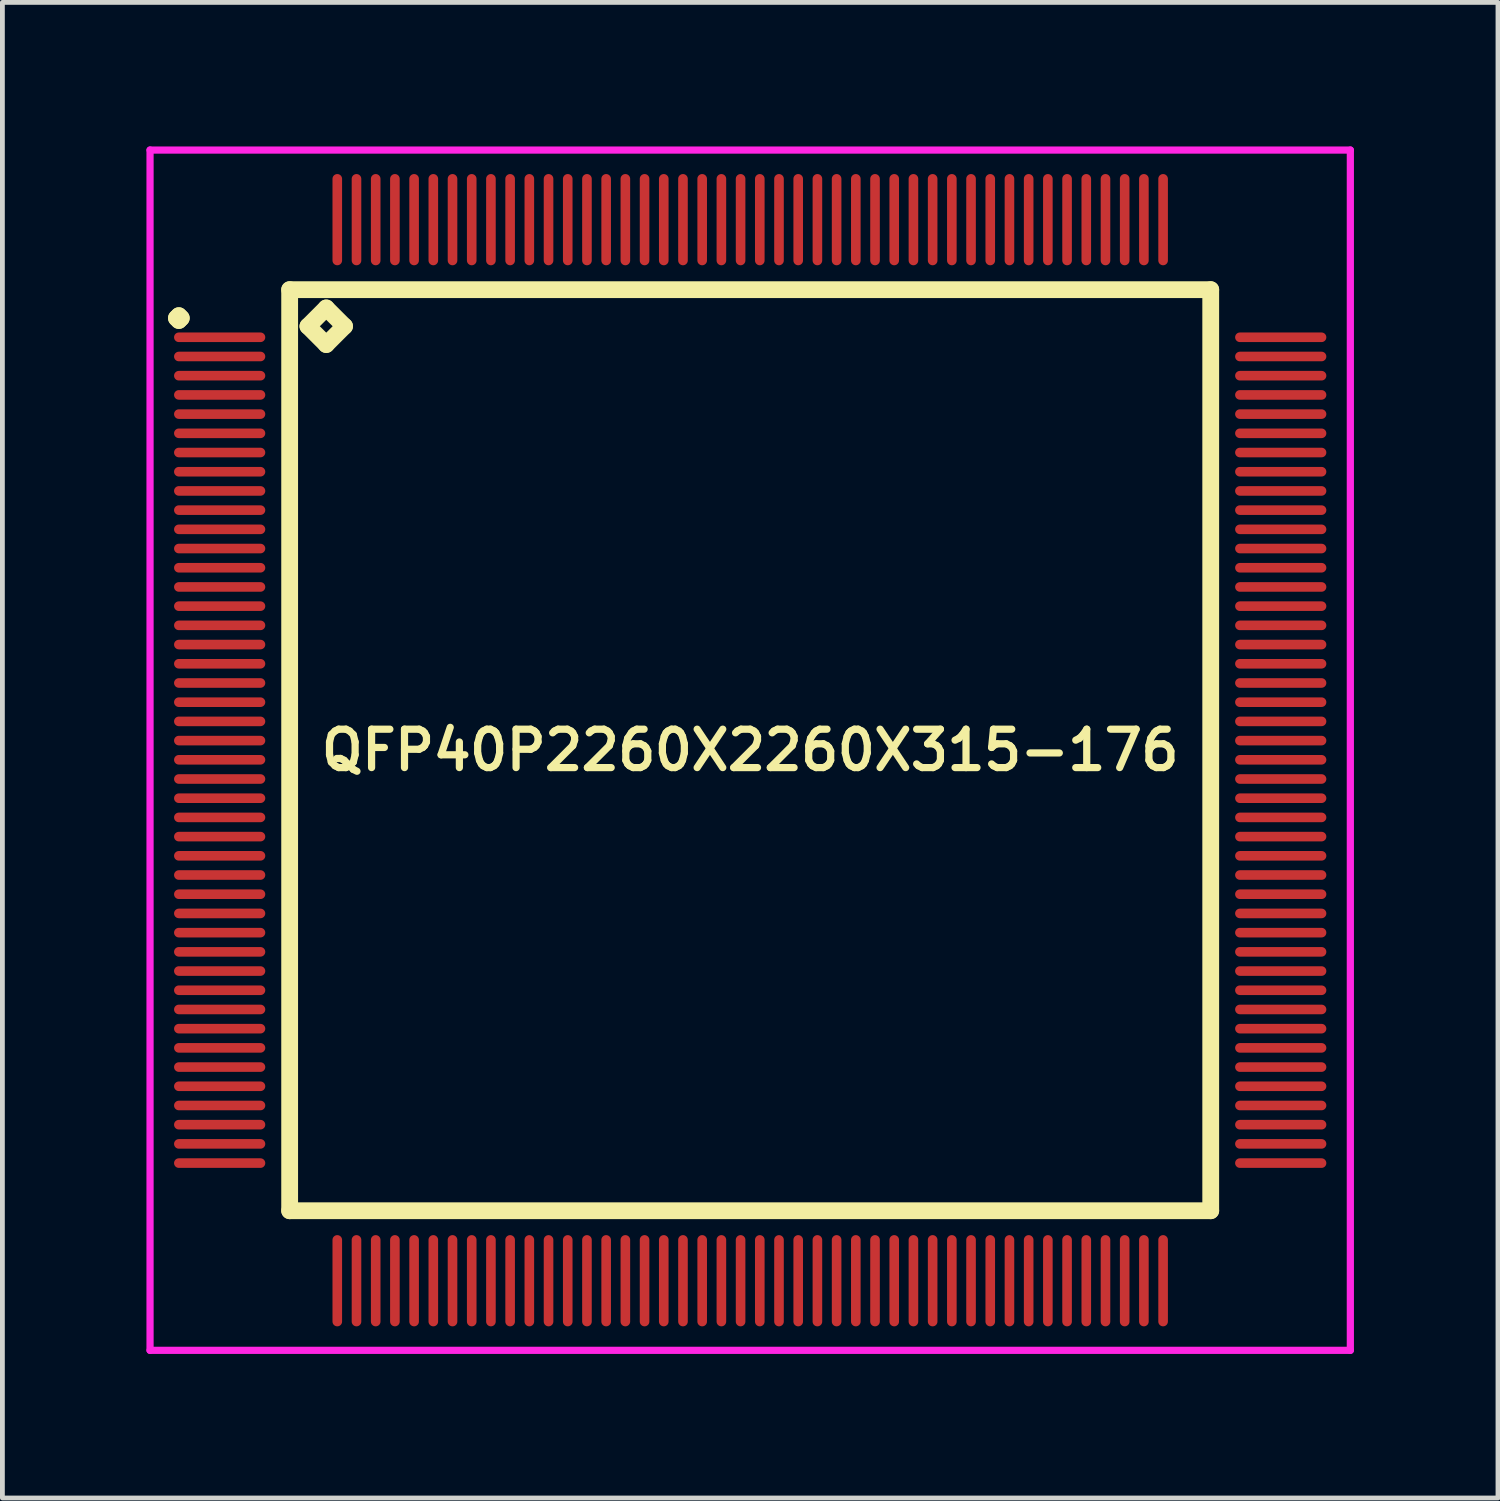
<source format=kicad_pcb>
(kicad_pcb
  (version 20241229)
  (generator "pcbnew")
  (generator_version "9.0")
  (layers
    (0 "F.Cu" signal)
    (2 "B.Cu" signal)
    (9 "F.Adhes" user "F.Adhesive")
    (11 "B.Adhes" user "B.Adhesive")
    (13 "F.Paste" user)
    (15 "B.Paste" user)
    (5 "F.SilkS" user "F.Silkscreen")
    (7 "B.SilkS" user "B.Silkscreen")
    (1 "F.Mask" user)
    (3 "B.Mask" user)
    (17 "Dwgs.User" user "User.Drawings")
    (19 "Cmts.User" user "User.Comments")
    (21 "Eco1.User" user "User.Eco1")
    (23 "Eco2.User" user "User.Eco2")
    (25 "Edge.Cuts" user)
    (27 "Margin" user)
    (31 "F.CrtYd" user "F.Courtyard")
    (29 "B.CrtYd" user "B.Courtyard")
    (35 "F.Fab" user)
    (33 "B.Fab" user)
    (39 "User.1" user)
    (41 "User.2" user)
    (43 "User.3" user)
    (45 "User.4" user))
  (footprint "QFP40P2260X2260X315-176"
    (layer "F.Cu")
    (at 12.575 12.575)
    (property "Reference" "QFP40P2260X2260X315-176" (at 0 0 0) (layer "F.SilkS") (effects (font (size 0.8 0.8) (thickness 0.15))))
    (attr through_hole)
    (fp_line (start -11.95 -9) (end -11.9 -9.05) (stroke (width 0.35) (type solid)) (layer "F.SilkS"))
    (fp_line (start -11.9 -9.05) (end -11.85 -9) (stroke (width 0.35) (type solid)) (layer "F.SilkS"))
    (fp_line (start -11.9 -8.95) (end -11.95 -9) (stroke (width 0.35) (type solid)) (layer "F.SilkS"))
    (fp_line (start -11.85 -9) (end -11.9 -8.95) (stroke (width 0.35) (type solid)) (layer "F.SilkS"))
    (fp_line (start -9.592 -9.592) (end -9.592 9.592) (stroke (width 0.35) (type solid)) (layer "F.SilkS"))
    (fp_line (start -9.592 9.592) (end 9.592 9.592) (stroke (width 0.35) (type solid)) (layer "F.SilkS"))
    (fp_line (start -9.211 -8.83) (end -8.83 -9.211) (stroke (width 0.35) (type solid)) (layer "F.SilkS"))
    (fp_line (start -8.83 -9.211) (end -8.449 -8.83) (stroke (width 0.35) (type solid)) (layer "F.SilkS"))
    (fp_line (start -8.83 -8.449) (end -9.211 -8.83) (stroke (width 0.35) (type solid)) (layer "F.SilkS"))
    (fp_line (start -8.449 -8.83) (end -8.83 -8.449) (stroke (width 0.35) (type solid)) (layer "F.SilkS"))
    (fp_line (start 9.592 -9.592) (end -9.592 -9.592) (stroke (width 0.35) (type solid)) (layer "F.SilkS"))
    (fp_line (start 9.592 9.592) (end 9.592 -9.592) (stroke (width 0.35) (type solid)) (layer "F.SilkS"))
    (fp_line (start -12.5 -12.5) (end 12.5 -12.5) (stroke (width 0.15) (type solid)) (layer "F.CrtYd"))
    (fp_line (start -12.5 12.5) (end -12.5 -12.5) (stroke (width 0.15) (type solid)) (layer "F.CrtYd"))
    (fp_line (start 12.5 -12.5) (end 12.5 12.5) (stroke (width 0.15) (type solid)) (layer "F.CrtYd"))
    (fp_line (start 12.5 12.5) (end -12.5 12.5) (stroke (width 0.15) (type solid)) (layer "F.CrtYd"))
    (pad "1" smd oval (at -11.05 -8.6) (size 1.9 0.2) (layers "F.Cu" "F.Mask" "F.Paste"))
    (pad "2" smd oval (at -11.05 -8.2) (size 1.9 0.2) (layers "F.Cu" "F.Mask" "F.Paste"))
    (pad "3" smd oval (at -11.05 -7.8) (size 1.9 0.2) (layers "F.Cu" "F.Mask" "F.Paste"))
    (pad "4" smd oval (at -11.05 -7.4) (size 1.9 0.2) (layers "F.Cu" "F.Mask" "F.Paste"))
    (pad "5" smd oval (at -11.05 -7) (size 1.9 0.2) (layers "F.Cu" "F.Mask" "F.Paste"))
    (pad "6" smd oval (at -11.05 -6.6) (size 1.9 0.2) (layers "F.Cu" "F.Mask" "F.Paste"))
    (pad "7" smd oval (at -11.05 -6.2) (size 1.9 0.2) (layers "F.Cu" "F.Mask" "F.Paste"))
    (pad "8" smd oval (at -11.05 -5.8) (size 1.9 0.2) (layers "F.Cu" "F.Mask" "F.Paste"))
    (pad "9" smd oval (at -11.05 -5.4) (size 1.9 0.2) (layers "F.Cu" "F.Mask" "F.Paste"))
    (pad "10" smd oval (at -11.05 -5) (size 1.9 0.2) (layers "F.Cu" "F.Mask" "F.Paste"))
    (pad "11" smd oval (at -11.05 -4.6) (size 1.9 0.2) (layers "F.Cu" "F.Mask" "F.Paste"))
    (pad "12" smd oval (at -11.05 -4.2) (size 1.9 0.2) (layers "F.Cu" "F.Mask" "F.Paste"))
    (pad "13" smd oval (at -11.05 -3.8) (size 1.9 0.2) (layers "F.Cu" "F.Mask" "F.Paste"))
    (pad "14" smd oval (at -11.05 -3.4) (size 1.9 0.2) (layers "F.Cu" "F.Mask" "F.Paste"))
    (pad "15" smd oval (at -11.05 -3) (size 1.9 0.2) (layers "F.Cu" "F.Mask" "F.Paste"))
    (pad "16" smd oval (at -11.05 -2.6) (size 1.9 0.2) (layers "F.Cu" "F.Mask" "F.Paste"))
    (pad "17" smd oval (at -11.05 -2.2) (size 1.9 0.2) (layers "F.Cu" "F.Mask" "F.Paste"))
    (pad "18" smd oval (at -11.05 -1.8) (size 1.9 0.2) (layers "F.Cu" "F.Mask" "F.Paste"))
    (pad "19" smd oval (at -11.05 -1.4) (size 1.9 0.2) (layers "F.Cu" "F.Mask" "F.Paste"))
    (pad "20" smd oval (at -11.05 -1) (size 1.9 0.2) (layers "F.Cu" "F.Mask" "F.Paste"))
    (pad "21" smd oval (at -11.05 -0.6) (size 1.9 0.2) (layers "F.Cu" "F.Mask" "F.Paste"))
    (pad "22" smd oval (at -11.05 -0.2) (size 1.9 0.2) (layers "F.Cu" "F.Mask" "F.Paste"))
    (pad "23" smd oval (at -11.05 0.2) (size 1.9 0.2) (layers "F.Cu" "F.Mask" "F.Paste"))
    (pad "24" smd oval (at -11.05 0.6) (size 1.9 0.2) (layers "F.Cu" "F.Mask" "F.Paste"))
    (pad "25" smd oval (at -11.05 1) (size 1.9 0.2) (layers "F.Cu" "F.Mask" "F.Paste"))
    (pad "26" smd oval (at -11.05 1.4) (size 1.9 0.2) (layers "F.Cu" "F.Mask" "F.Paste"))
    (pad "27" smd oval (at -11.05 1.8) (size 1.9 0.2) (layers "F.Cu" "F.Mask" "F.Paste"))
    (pad "28" smd oval (at -11.05 2.2) (size 1.9 0.2) (layers "F.Cu" "F.Mask" "F.Paste"))
    (pad "29" smd oval (at -11.05 2.6) (size 1.9 0.2) (layers "F.Cu" "F.Mask" "F.Paste"))
    (pad "30" smd oval (at -11.05 3) (size 1.9 0.2) (layers "F.Cu" "F.Mask" "F.Paste"))
    (pad "31" smd oval (at -11.05 3.4) (size 1.9 0.2) (layers "F.Cu" "F.Mask" "F.Paste"))
    (pad "32" smd oval (at -11.05 3.8) (size 1.9 0.2) (layers "F.Cu" "F.Mask" "F.Paste"))
    (pad "33" smd oval (at -11.05 4.2) (size 1.9 0.2) (layers "F.Cu" "F.Mask" "F.Paste"))
    (pad "34" smd oval (at -11.05 4.6) (size 1.9 0.2) (layers "F.Cu" "F.Mask" "F.Paste"))
    (pad "35" smd oval (at -11.05 5) (size 1.9 0.2) (layers "F.Cu" "F.Mask" "F.Paste"))
    (pad "36" smd oval (at -11.05 5.4) (size 1.9 0.2) (layers "F.Cu" "F.Mask" "F.Paste"))
    (pad "37" smd oval (at -11.05 5.8) (size 1.9 0.2) (layers "F.Cu" "F.Mask" "F.Paste"))
    (pad "38" smd oval (at -11.05 6.2) (size 1.9 0.2) (layers "F.Cu" "F.Mask" "F.Paste"))
    (pad "39" smd oval (at -11.05 6.6) (size 1.9 0.2) (layers "F.Cu" "F.Mask" "F.Paste"))
    (pad "40" smd oval (at -11.05 7) (size 1.9 0.2) (layers "F.Cu" "F.Mask" "F.Paste"))
    (pad "41" smd oval (at -11.05 7.4) (size 1.9 0.2) (layers "F.Cu" "F.Mask" "F.Paste"))
    (pad "42" smd oval (at -11.05 7.8) (size 1.9 0.2) (layers "F.Cu" "F.Mask" "F.Paste"))
    (pad "43" smd oval (at -11.05 8.2) (size 1.9 0.2) (layers "F.Cu" "F.Mask" "F.Paste"))
    (pad "44" smd oval (at -11.05 8.6) (size 1.9 0.2) (layers "F.Cu" "F.Mask" "F.Paste"))
    (pad "45" smd oval (at -8.6 11.05) (size 0.2 1.9) (layers "F.Cu" "F.Mask" "F.Paste"))
    (pad "46" smd oval (at -8.2 11.05) (size 0.2 1.9) (layers "F.Cu" "F.Mask" "F.Paste"))
    (pad "47" smd oval (at -7.8 11.05) (size 0.2 1.9) (layers "F.Cu" "F.Mask" "F.Paste"))
    (pad "48" smd oval (at -7.4 11.05) (size 0.2 1.9) (layers "F.Cu" "F.Mask" "F.Paste"))
    (pad "49" smd oval (at -7 11.05) (size 0.2 1.9) (layers "F.Cu" "F.Mask" "F.Paste"))
    (pad "50" smd oval (at -6.6 11.05) (size 0.2 1.9) (layers "F.Cu" "F.Mask" "F.Paste"))
    (pad "51" smd oval (at -6.2 11.05) (size 0.2 1.9) (layers "F.Cu" "F.Mask" "F.Paste"))
    (pad "52" smd oval (at -5.8 11.05) (size 0.2 1.9) (layers "F.Cu" "F.Mask" "F.Paste"))
    (pad "53" smd oval (at -5.4 11.05) (size 0.2 1.9) (layers "F.Cu" "F.Mask" "F.Paste"))
    (pad "54" smd oval (at -5 11.05) (size 0.2 1.9) (layers "F.Cu" "F.Mask" "F.Paste"))
    (pad "55" smd oval (at -4.6 11.05) (size 0.2 1.9) (layers "F.Cu" "F.Mask" "F.Paste"))
    (pad "56" smd oval (at -4.2 11.05) (size 0.2 1.9) (layers "F.Cu" "F.Mask" "F.Paste"))
    (pad "57" smd oval (at -3.8 11.05) (size 0.2 1.9) (layers "F.Cu" "F.Mask" "F.Paste"))
    (pad "58" smd oval (at -3.4 11.05) (size 0.2 1.9) (layers "F.Cu" "F.Mask" "F.Paste"))
    (pad "59" smd oval (at -3 11.05) (size 0.2 1.9) (layers "F.Cu" "F.Mask" "F.Paste"))
    (pad "60" smd oval (at -2.6 11.05) (size 0.2 1.9) (layers "F.Cu" "F.Mask" "F.Paste"))
    (pad "61" smd oval (at -2.2 11.05) (size 0.2 1.9) (layers "F.Cu" "F.Mask" "F.Paste"))
    (pad "62" smd oval (at -1.8 11.05) (size 0.2 1.9) (layers "F.Cu" "F.Mask" "F.Paste"))
    (pad "63" smd oval (at -1.4 11.05) (size 0.2 1.9) (layers "F.Cu" "F.Mask" "F.Paste"))
    (pad "64" smd oval (at -1 11.05) (size 0.2 1.9) (layers "F.Cu" "F.Mask" "F.Paste"))
    (pad "65" smd oval (at -0.6 11.05) (size 0.2 1.9) (layers "F.Cu" "F.Mask" "F.Paste"))
    (pad "66" smd oval (at -0.2 11.05) (size 0.2 1.9) (layers "F.Cu" "F.Mask" "F.Paste"))
    (pad "67" smd oval (at 0.2 11.05) (size 0.2 1.9) (layers "F.Cu" "F.Mask" "F.Paste"))
    (pad "68" smd oval (at 0.6 11.05) (size 0.2 1.9) (layers "F.Cu" "F.Mask" "F.Paste"))
    (pad "69" smd oval (at 1 11.05) (size 0.2 1.9) (layers "F.Cu" "F.Mask" "F.Paste"))
    (pad "70" smd oval (at 1.4 11.05) (size 0.2 1.9) (layers "F.Cu" "F.Mask" "F.Paste"))
    (pad "71" smd oval (at 1.8 11.05) (size 0.2 1.9) (layers "F.Cu" "F.Mask" "F.Paste"))
    (pad "72" smd oval (at 2.2 11.05) (size 0.2 1.9) (layers "F.Cu" "F.Mask" "F.Paste"))
    (pad "73" smd oval (at 2.6 11.05) (size 0.2 1.9) (layers "F.Cu" "F.Mask" "F.Paste"))
    (pad "74" smd oval (at 3 11.05) (size 0.2 1.9) (layers "F.Cu" "F.Mask" "F.Paste"))
    (pad "75" smd oval (at 3.4 11.05) (size 0.2 1.9) (layers "F.Cu" "F.Mask" "F.Paste"))
    (pad "76" smd oval (at 3.8 11.05) (size 0.2 1.9) (layers "F.Cu" "F.Mask" "F.Paste"))
    (pad "77" smd oval (at 4.2 11.05) (size 0.2 1.9) (layers "F.Cu" "F.Mask" "F.Paste"))
    (pad "78" smd oval (at 4.6 11.05) (size 0.2 1.9) (layers "F.Cu" "F.Mask" "F.Paste"))
    (pad "79" smd oval (at 5 11.05) (size 0.2 1.9) (layers "F.Cu" "F.Mask" "F.Paste"))
    (pad "80" smd oval (at 5.4 11.05) (size 0.2 1.9) (layers "F.Cu" "F.Mask" "F.Paste"))
    (pad "81" smd oval (at 5.8 11.05) (size 0.2 1.9) (layers "F.Cu" "F.Mask" "F.Paste"))
    (pad "82" smd oval (at 6.2 11.05) (size 0.2 1.9) (layers "F.Cu" "F.Mask" "F.Paste"))
    (pad "83" smd oval (at 6.6 11.05) (size 0.2 1.9) (layers "F.Cu" "F.Mask" "F.Paste"))
    (pad "84" smd oval (at 7 11.05) (size 0.2 1.9) (layers "F.Cu" "F.Mask" "F.Paste"))
    (pad "85" smd oval (at 7.4 11.05) (size 0.2 1.9) (layers "F.Cu" "F.Mask" "F.Paste"))
    (pad "86" smd oval (at 7.8 11.05) (size 0.2 1.9) (layers "F.Cu" "F.Mask" "F.Paste"))
    (pad "87" smd oval (at 8.2 11.05) (size 0.2 1.9) (layers "F.Cu" "F.Mask" "F.Paste"))
    (pad "88" smd oval (at 8.6 11.05) (size 0.2 1.9) (layers "F.Cu" "F.Mask" "F.Paste"))
    (pad "89" smd oval (at 11.05 8.6) (size 1.9 0.2) (layers "F.Cu" "F.Mask" "F.Paste"))
    (pad "90" smd oval (at 11.05 8.2) (size 1.9 0.2) (layers "F.Cu" "F.Mask" "F.Paste"))
    (pad "91" smd oval (at 11.05 7.8) (size 1.9 0.2) (layers "F.Cu" "F.Mask" "F.Paste"))
    (pad "92" smd oval (at 11.05 7.4) (size 1.9 0.2) (layers "F.Cu" "F.Mask" "F.Paste"))
    (pad "93" smd oval (at 11.05 7) (size 1.9 0.2) (layers "F.Cu" "F.Mask" "F.Paste"))
    (pad "94" smd oval (at 11.05 6.6) (size 1.9 0.2) (layers "F.Cu" "F.Mask" "F.Paste"))
    (pad "95" smd oval (at 11.05 6.2) (size 1.9 0.2) (layers "F.Cu" "F.Mask" "F.Paste"))
    (pad "96" smd oval (at 11.05 5.8) (size 1.9 0.2) (layers "F.Cu" "F.Mask" "F.Paste"))
    (pad "97" smd oval (at 11.05 5.4) (size 1.9 0.2) (layers "F.Cu" "F.Mask" "F.Paste"))
    (pad "98" smd oval (at 11.05 5) (size 1.9 0.2) (layers "F.Cu" "F.Mask" "F.Paste"))
    (pad "99" smd oval (at 11.05 4.6) (size 1.9 0.2) (layers "F.Cu" "F.Mask" "F.Paste"))
    (pad "100" smd oval (at 11.05 4.2) (size 1.9 0.2) (layers "F.Cu" "F.Mask" "F.Paste"))
    (pad "101" smd oval (at 11.05 3.8) (size 1.9 0.2) (layers "F.Cu" "F.Mask" "F.Paste"))
    (pad "102" smd oval (at 11.05 3.4) (size 1.9 0.2) (layers "F.Cu" "F.Mask" "F.Paste"))
    (pad "103" smd oval (at 11.05 3) (size 1.9 0.2) (layers "F.Cu" "F.Mask" "F.Paste"))
    (pad "104" smd oval (at 11.05 2.6) (size 1.9 0.2) (layers "F.Cu" "F.Mask" "F.Paste"))
    (pad "105" smd oval (at 11.05 2.2) (size 1.9 0.2) (layers "F.Cu" "F.Mask" "F.Paste"))
    (pad "106" smd oval (at 11.05 1.8) (size 1.9 0.2) (layers "F.Cu" "F.Mask" "F.Paste"))
    (pad "107" smd oval (at 11.05 1.4) (size 1.9 0.2) (layers "F.Cu" "F.Mask" "F.Paste"))
    (pad "108" smd oval (at 11.05 1) (size 1.9 0.2) (layers "F.Cu" "F.Mask" "F.Paste"))
    (pad "109" smd oval (at 11.05 0.6) (size 1.9 0.2) (layers "F.Cu" "F.Mask" "F.Paste"))
    (pad "110" smd oval (at 11.05 0.2) (size 1.9 0.2) (layers "F.Cu" "F.Mask" "F.Paste"))
    (pad "111" smd oval (at 11.05 -0.2) (size 1.9 0.2) (layers "F.Cu" "F.Mask" "F.Paste"))
    (pad "112" smd oval (at 11.05 -0.6) (size 1.9 0.2) (layers "F.Cu" "F.Mask" "F.Paste"))
    (pad "113" smd oval (at 11.05 -1) (size 1.9 0.2) (layers "F.Cu" "F.Mask" "F.Paste"))
    (pad "114" smd oval (at 11.05 -1.4) (size 1.9 0.2) (layers "F.Cu" "F.Mask" "F.Paste"))
    (pad "115" smd oval (at 11.05 -1.8) (size 1.9 0.2) (layers "F.Cu" "F.Mask" "F.Paste"))
    (pad "116" smd oval (at 11.05 -2.2) (size 1.9 0.2) (layers "F.Cu" "F.Mask" "F.Paste"))
    (pad "117" smd oval (at 11.05 -2.6) (size 1.9 0.2) (layers "F.Cu" "F.Mask" "F.Paste"))
    (pad "118" smd oval (at 11.05 -3) (size 1.9 0.2) (layers "F.Cu" "F.Mask" "F.Paste"))
    (pad "119" smd oval (at 11.05 -3.4) (size 1.9 0.2) (layers "F.Cu" "F.Mask" "F.Paste"))
    (pad "120" smd oval (at 11.05 -3.8) (size 1.9 0.2) (layers "F.Cu" "F.Mask" "F.Paste"))
    (pad "121" smd oval (at 11.05 -4.2) (size 1.9 0.2) (layers "F.Cu" "F.Mask" "F.Paste"))
    (pad "122" smd oval (at 11.05 -4.6) (size 1.9 0.2) (layers "F.Cu" "F.Mask" "F.Paste"))
    (pad "123" smd oval (at 11.05 -5) (size 1.9 0.2) (layers "F.Cu" "F.Mask" "F.Paste"))
    (pad "124" smd oval (at 11.05 -5.4) (size 1.9 0.2) (layers "F.Cu" "F.Mask" "F.Paste"))
    (pad "125" smd oval (at 11.05 -5.8) (size 1.9 0.2) (layers "F.Cu" "F.Mask" "F.Paste"))
    (pad "126" smd oval (at 11.05 -6.2) (size 1.9 0.2) (layers "F.Cu" "F.Mask" "F.Paste"))
    (pad "127" smd oval (at 11.05 -6.6) (size 1.9 0.2) (layers "F.Cu" "F.Mask" "F.Paste"))
    (pad "128" smd oval (at 11.05 -7) (size 1.9 0.2) (layers "F.Cu" "F.Mask" "F.Paste"))
    (pad "129" smd oval (at 11.05 -7.4) (size 1.9 0.2) (layers "F.Cu" "F.Mask" "F.Paste"))
    (pad "130" smd oval (at 11.05 -7.8) (size 1.9 0.2) (layers "F.Cu" "F.Mask" "F.Paste"))
    (pad "131" smd oval (at 11.05 -8.2) (size 1.9 0.2) (layers "F.Cu" "F.Mask" "F.Paste"))
    (pad "132" smd oval (at 11.05 -8.6) (size 1.9 0.2) (layers "F.Cu" "F.Mask" "F.Paste"))
    (pad "133" smd oval (at 8.6 -11.05) (size 0.2 1.9) (layers "F.Cu" "F.Mask" "F.Paste"))
    (pad "134" smd oval (at 8.2 -11.05) (size 0.2 1.9) (layers "F.Cu" "F.Mask" "F.Paste"))
    (pad "135" smd oval (at 7.8 -11.05) (size 0.2 1.9) (layers "F.Cu" "F.Mask" "F.Paste"))
    (pad "136" smd oval (at 7.4 -11.05) (size 0.2 1.9) (layers "F.Cu" "F.Mask" "F.Paste"))
    (pad "137" smd oval (at 7 -11.05) (size 0.2 1.9) (layers "F.Cu" "F.Mask" "F.Paste"))
    (pad "138" smd oval (at 6.6 -11.05) (size 0.2 1.9) (layers "F.Cu" "F.Mask" "F.Paste"))
    (pad "139" smd oval (at 6.2 -11.05) (size 0.2 1.9) (layers "F.Cu" "F.Mask" "F.Paste"))
    (pad "140" smd oval (at 5.8 -11.05) (size 0.2 1.9) (layers "F.Cu" "F.Mask" "F.Paste"))
    (pad "141" smd oval (at 5.4 -11.05) (size 0.2 1.9) (layers "F.Cu" "F.Mask" "F.Paste"))
    (pad "142" smd oval (at 5 -11.05) (size 0.2 1.9) (layers "F.Cu" "F.Mask" "F.Paste"))
    (pad "143" smd oval (at 4.6 -11.05) (size 0.2 1.9) (layers "F.Cu" "F.Mask" "F.Paste"))
    (pad "144" smd oval (at 4.2 -11.05) (size 0.2 1.9) (layers "F.Cu" "F.Mask" "F.Paste"))
    (pad "145" smd oval (at 3.8 -11.05) (size 0.2 1.9) (layers "F.Cu" "F.Mask" "F.Paste"))
    (pad "146" smd oval (at 3.4 -11.05) (size 0.2 1.9) (layers "F.Cu" "F.Mask" "F.Paste"))
    (pad "147" smd oval (at 3 -11.05) (size 0.2 1.9) (layers "F.Cu" "F.Mask" "F.Paste"))
    (pad "148" smd oval (at 2.6 -11.05) (size 0.2 1.9) (layers "F.Cu" "F.Mask" "F.Paste"))
    (pad "149" smd oval (at 2.2 -11.05) (size 0.2 1.9) (layers "F.Cu" "F.Mask" "F.Paste"))
    (pad "150" smd oval (at 1.8 -11.05) (size 0.2 1.9) (layers "F.Cu" "F.Mask" "F.Paste"))
    (pad "151" smd oval (at 1.4 -11.05) (size 0.2 1.9) (layers "F.Cu" "F.Mask" "F.Paste"))
    (pad "152" smd oval (at 1 -11.05) (size 0.2 1.9) (layers "F.Cu" "F.Mask" "F.Paste"))
    (pad "153" smd oval (at 0.6 -11.05) (size 0.2 1.9) (layers "F.Cu" "F.Mask" "F.Paste"))
    (pad "154" smd oval (at 0.2 -11.05) (size 0.2 1.9) (layers "F.Cu" "F.Mask" "F.Paste"))
    (pad "155" smd oval (at -0.2 -11.05) (size 0.2 1.9) (layers "F.Cu" "F.Mask" "F.Paste"))
    (pad "156" smd oval (at -0.6 -11.05) (size 0.2 1.9) (layers "F.Cu" "F.Mask" "F.Paste"))
    (pad "157" smd oval (at -1 -11.05) (size 0.2 1.9) (layers "F.Cu" "F.Mask" "F.Paste"))
    (pad "158" smd oval (at -1.4 -11.05) (size 0.2 1.9) (layers "F.Cu" "F.Mask" "F.Paste"))
    (pad "159" smd oval (at -1.8 -11.05) (size 0.2 1.9) (layers "F.Cu" "F.Mask" "F.Paste"))
    (pad "160" smd oval (at -2.2 -11.05) (size 0.2 1.9) (layers "F.Cu" "F.Mask" "F.Paste"))
    (pad "161" smd oval (at -2.6 -11.05) (size 0.2 1.9) (layers "F.Cu" "F.Mask" "F.Paste"))
    (pad "162" smd oval (at -3 -11.05) (size 0.2 1.9) (layers "F.Cu" "F.Mask" "F.Paste"))
    (pad "163" smd oval (at -3.4 -11.05) (size 0.2 1.9) (layers "F.Cu" "F.Mask" "F.Paste"))
    (pad "164" smd oval (at -3.8 -11.05) (size 0.2 1.9) (layers "F.Cu" "F.Mask" "F.Paste"))
    (pad "165" smd oval (at -4.2 -11.05) (size 0.2 1.9) (layers "F.Cu" "F.Mask" "F.Paste"))
    (pad "166" smd oval (at -4.6 -11.05) (size 0.2 1.9) (layers "F.Cu" "F.Mask" "F.Paste"))
    (pad "167" smd oval (at -5 -11.05) (size 0.2 1.9) (layers "F.Cu" "F.Mask" "F.Paste"))
    (pad "168" smd oval (at -5.4 -11.05) (size 0.2 1.9) (layers "F.Cu" "F.Mask" "F.Paste"))
    (pad "169" smd oval (at -5.8 -11.05) (size 0.2 1.9) (layers "F.Cu" "F.Mask" "F.Paste"))
    (pad "170" smd oval (at -6.2 -11.05) (size 0.2 1.9) (layers "F.Cu" "F.Mask" "F.Paste"))
    (pad "171" smd oval (at -6.6 -11.05) (size 0.2 1.9) (layers "F.Cu" "F.Mask" "F.Paste"))
    (pad "172" smd oval (at -7 -11.05) (size 0.2 1.9) (layers "F.Cu" "F.Mask" "F.Paste"))
    (pad "173" smd oval (at -7.4 -11.05) (size 0.2 1.9) (layers "F.Cu" "F.Mask" "F.Paste"))
    (pad "174" smd oval (at -7.8 -11.05) (size 0.2 1.9) (layers "F.Cu" "F.Mask" "F.Paste"))
    (pad "175" smd oval (at -8.2 -11.05) (size 0.2 1.9) (layers "F.Cu" "F.Mask" "F.Paste"))
    (pad "176" smd oval (at -8.6 -11.05) (size 0.2 1.9) (layers "F.Cu" "F.Mask" "F.Paste")))
  (gr_rect
    (start -3 -3)
    (end 28.15 28.15)
    (stroke (width 0.1) (type default))
    (fill no)
    (layer "Edge.Cuts")))
</source>
